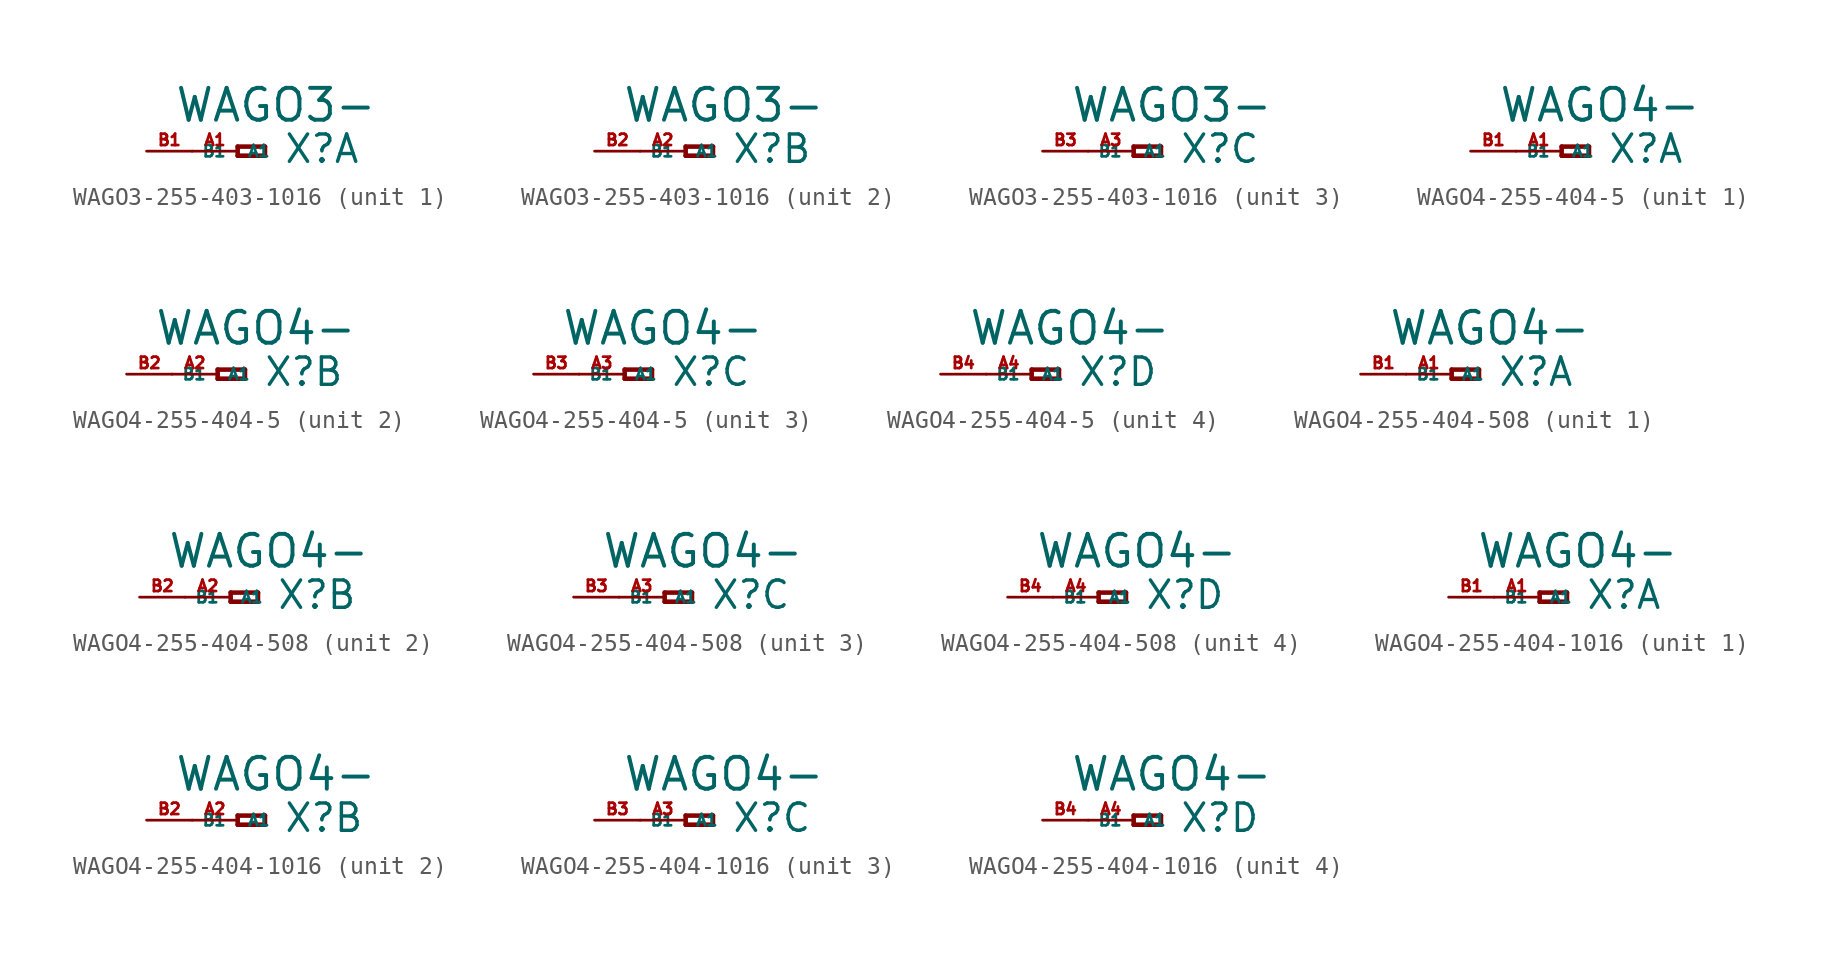
<source format=kicad_sym>
(kicad_symbol_lib
  (version 20220914)
  (generator Eagle2Kicad)
  (symbol "WAGO3-255-403-1016"
    (property "Reference" "X"
      (at 2.54 -0.762 0)
      (effects (font (size 1.524 1.524) (thickness 0.19)) (justify left bottom)))
    (property "Value" "WAGO3-"
      (at -3.556 1.524 0)
      (effects (font (size 1.778 1.778) (thickness 0.22)) (justify left bottom)))
    (symbol "WAGO3-255-403-1016_1_0"
      (polyline (pts (xy 0 0.254) (xy 0 -0.254)) (stroke (width 0.254) (type default)) (fill (type none)))
      (polyline (pts (xy 0 -0.254) (xy 1.524 -0.254)) (stroke (width 0.254) (type default)) (fill (type none)))
      (polyline (pts (xy 1.524 -0.254) (xy 1.524 0.254)) (stroke (width 0.254) (type default)) (fill (type none)))
      (polyline (pts (xy 1.524 0.254) (xy 0 0.254)) (stroke (width 0.254) (type default)) (fill (type none)))
      (pin passive line (at -2.54 0 0) (length 2.54) (name "A1" (effects (font (size 0.635 0.635) (thickness 0.08)) (justify left bottom))) (number "A1" (effects (font (size 0.635 0.635) (thickness 0.08)) (justify left bottom))))
      (pin passive line (at -5.08 0 0) (length 2.54) (name "B1" (effects (font (size 0.635 0.635) (thickness 0.08)) (justify left bottom))) (number "B1" (effects (font (size 0.635 0.635) (thickness 0.08)) (justify left bottom)))))
    (symbol "WAGO3-255-403-1016_2_0"
      (polyline (pts (xy 0 0.254) (xy 0 -0.254)) (stroke (width 0.254) (type default)) (fill (type none)))
      (polyline (pts (xy 0 -0.254) (xy 1.524 -0.254)) (stroke (width 0.254) (type default)) (fill (type none)))
      (polyline (pts (xy 1.524 -0.254) (xy 1.524 0.254)) (stroke (width 0.254) (type default)) (fill (type none)))
      (polyline (pts (xy 1.524 0.254) (xy 0 0.254)) (stroke (width 0.254) (type default)) (fill (type none)))
      (pin passive line (at -2.54 0 0) (length 2.54) (name "A1" (effects (font (size 0.635 0.635) (thickness 0.08)) (justify left bottom))) (number "A2" (effects (font (size 0.635 0.635) (thickness 0.08)) (justify left bottom))))
      (pin passive line (at -5.08 0 0) (length 2.54) (name "B1" (effects (font (size 0.635 0.635) (thickness 0.08)) (justify left bottom))) (number "B2" (effects (font (size 0.635 0.635) (thickness 0.08)) (justify left bottom)))))
    (symbol "WAGO3-255-403-1016_3_0"
      (polyline (pts (xy 0 0.254) (xy 0 -0.254)) (stroke (width 0.254) (type default)) (fill (type none)))
      (polyline (pts (xy 0 -0.254) (xy 1.524 -0.254)) (stroke (width 0.254) (type default)) (fill (type none)))
      (polyline (pts (xy 1.524 -0.254) (xy 1.524 0.254)) (stroke (width 0.254) (type default)) (fill (type none)))
      (polyline (pts (xy 1.524 0.254) (xy 0 0.254)) (stroke (width 0.254) (type default)) (fill (type none)))
      (pin passive line (at -2.54 0 0) (length 2.54) (name "A1" (effects (font (size 0.635 0.635) (thickness 0.08)) (justify left bottom))) (number "A3" (effects (font (size 0.635 0.635) (thickness 0.08)) (justify left bottom))))
      (pin passive line (at -5.08 0 0) (length 2.54) (name "B1" (effects (font (size 0.635 0.635) (thickness 0.08)) (justify left bottom))) (number "B3" (effects (font (size 0.635 0.635) (thickness 0.08)) (justify left bottom))))))
  (symbol "WAGO4-255-404-5"
    (property "Reference" "X"
      (at 2.54 -0.762 0)
      (effects (font (size 1.524 1.524) (thickness 0.19)) (justify left bottom)))
    (property "Value" "WAGO4-"
      (at -3.556 1.524 0)
      (effects (font (size 1.778 1.778) (thickness 0.22)) (justify left bottom)))
    (symbol "WAGO4-255-404-5_1_0"
      (polyline (pts (xy 0 0.254) (xy 0 -0.254)) (stroke (width 0.254) (type default)) (fill (type none)))
      (polyline (pts (xy 0 -0.254) (xy 1.524 -0.254)) (stroke (width 0.254) (type default)) (fill (type none)))
      (polyline (pts (xy 1.524 -0.254) (xy 1.524 0.254)) (stroke (width 0.254) (type default)) (fill (type none)))
      (polyline (pts (xy 1.524 0.254) (xy 0 0.254)) (stroke (width 0.254) (type default)) (fill (type none)))
      (pin passive line (at -2.54 0 0) (length 2.54) (name "A1" (effects (font (size 0.635 0.635) (thickness 0.08)) (justify left bottom))) (number "A1" (effects (font (size 0.635 0.635) (thickness 0.08)) (justify left bottom))))
      (pin passive line (at -5.08 0 0) (length 2.54) (name "B1" (effects (font (size 0.635 0.635) (thickness 0.08)) (justify left bottom))) (number "B1" (effects (font (size 0.635 0.635) (thickness 0.08)) (justify left bottom)))))
    (symbol "WAGO4-255-404-5_2_0"
      (polyline (pts (xy 0 0.254) (xy 0 -0.254)) (stroke (width 0.254) (type default)) (fill (type none)))
      (polyline (pts (xy 0 -0.254) (xy 1.524 -0.254)) (stroke (width 0.254) (type default)) (fill (type none)))
      (polyline (pts (xy 1.524 -0.254) (xy 1.524 0.254)) (stroke (width 0.254) (type default)) (fill (type none)))
      (polyline (pts (xy 1.524 0.254) (xy 0 0.254)) (stroke (width 0.254) (type default)) (fill (type none)))
      (pin passive line (at -2.54 0 0) (length 2.54) (name "A1" (effects (font (size 0.635 0.635) (thickness 0.08)) (justify left bottom))) (number "A2" (effects (font (size 0.635 0.635) (thickness 0.08)) (justify left bottom))))
      (pin passive line (at -5.08 0 0) (length 2.54) (name "B1" (effects (font (size 0.635 0.635) (thickness 0.08)) (justify left bottom))) (number "B2" (effects (font (size 0.635 0.635) (thickness 0.08)) (justify left bottom)))))
    (symbol "WAGO4-255-404-5_3_0"
      (polyline (pts (xy 0 0.254) (xy 0 -0.254)) (stroke (width 0.254) (type default)) (fill (type none)))
      (polyline (pts (xy 0 -0.254) (xy 1.524 -0.254)) (stroke (width 0.254) (type default)) (fill (type none)))
      (polyline (pts (xy 1.524 -0.254) (xy 1.524 0.254)) (stroke (width 0.254) (type default)) (fill (type none)))
      (polyline (pts (xy 1.524 0.254) (xy 0 0.254)) (stroke (width 0.254) (type default)) (fill (type none)))
      (pin passive line (at -2.54 0 0) (length 2.54) (name "A1" (effects (font (size 0.635 0.635) (thickness 0.08)) (justify left bottom))) (number "A3" (effects (font (size 0.635 0.635) (thickness 0.08)) (justify left bottom))))
      (pin passive line (at -5.08 0 0) (length 2.54) (name "B1" (effects (font (size 0.635 0.635) (thickness 0.08)) (justify left bottom))) (number "B3" (effects (font (size 0.635 0.635) (thickness 0.08)) (justify left bottom)))))
    (symbol "WAGO4-255-404-5_4_0"
      (polyline (pts (xy 0 0.254) (xy 0 -0.254)) (stroke (width 0.254) (type default)) (fill (type none)))
      (polyline (pts (xy 0 -0.254) (xy 1.524 -0.254)) (stroke (width 0.254) (type default)) (fill (type none)))
      (polyline (pts (xy 1.524 -0.254) (xy 1.524 0.254)) (stroke (width 0.254) (type default)) (fill (type none)))
      (polyline (pts (xy 1.524 0.254) (xy 0 0.254)) (stroke (width 0.254) (type default)) (fill (type none)))
      (pin passive line (at -2.54 0 0) (length 2.54) (name "A1" (effects (font (size 0.635 0.635) (thickness 0.08)) (justify left bottom))) (number "A4" (effects (font (size 0.635 0.635) (thickness 0.08)) (justify left bottom))))
      (pin passive line (at -5.08 0 0) (length 2.54) (name "B1" (effects (font (size 0.635 0.635) (thickness 0.08)) (justify left bottom))) (number "B4" (effects (font (size 0.635 0.635) (thickness 0.08)) (justify left bottom))))))
  (symbol "WAGO4-255-404-508"
    (property "Reference" "X"
      (at 2.54 -0.762 0)
      (effects (font (size 1.524 1.524) (thickness 0.19)) (justify left bottom)))
    (property "Value" "WAGO4-"
      (at -3.556 1.524 0)
      (effects (font (size 1.778 1.778) (thickness 0.22)) (justify left bottom)))
    (symbol "WAGO4-255-404-508_1_0"
      (polyline (pts (xy 0 0.254) (xy 0 -0.254)) (stroke (width 0.254) (type default)) (fill (type none)))
      (polyline (pts (xy 0 -0.254) (xy 1.524 -0.254)) (stroke (width 0.254) (type default)) (fill (type none)))
      (polyline (pts (xy 1.524 -0.254) (xy 1.524 0.254)) (stroke (width 0.254) (type default)) (fill (type none)))
      (polyline (pts (xy 1.524 0.254) (xy 0 0.254)) (stroke (width 0.254) (type default)) (fill (type none)))
      (pin passive line (at -2.54 0 0) (length 2.54) (name "A1" (effects (font (size 0.635 0.635) (thickness 0.08)) (justify left bottom))) (number "A1" (effects (font (size 0.635 0.635) (thickness 0.08)) (justify left bottom))))
      (pin passive line (at -5.08 0 0) (length 2.54) (name "B1" (effects (font (size 0.635 0.635) (thickness 0.08)) (justify left bottom))) (number "B1" (effects (font (size 0.635 0.635) (thickness 0.08)) (justify left bottom)))))
    (symbol "WAGO4-255-404-508_2_0"
      (polyline (pts (xy 0 0.254) (xy 0 -0.254)) (stroke (width 0.254) (type default)) (fill (type none)))
      (polyline (pts (xy 0 -0.254) (xy 1.524 -0.254)) (stroke (width 0.254) (type default)) (fill (type none)))
      (polyline (pts (xy 1.524 -0.254) (xy 1.524 0.254)) (stroke (width 0.254) (type default)) (fill (type none)))
      (polyline (pts (xy 1.524 0.254) (xy 0 0.254)) (stroke (width 0.254) (type default)) (fill (type none)))
      (pin passive line (at -2.54 0 0) (length 2.54) (name "A1" (effects (font (size 0.635 0.635) (thickness 0.08)) (justify left bottom))) (number "A2" (effects (font (size 0.635 0.635) (thickness 0.08)) (justify left bottom))))
      (pin passive line (at -5.08 0 0) (length 2.54) (name "B1" (effects (font (size 0.635 0.635) (thickness 0.08)) (justify left bottom))) (number "B2" (effects (font (size 0.635 0.635) (thickness 0.08)) (justify left bottom)))))
    (symbol "WAGO4-255-404-508_3_0"
      (polyline (pts (xy 0 0.254) (xy 0 -0.254)) (stroke (width 0.254) (type default)) (fill (type none)))
      (polyline (pts (xy 0 -0.254) (xy 1.524 -0.254)) (stroke (width 0.254) (type default)) (fill (type none)))
      (polyline (pts (xy 1.524 -0.254) (xy 1.524 0.254)) (stroke (width 0.254) (type default)) (fill (type none)))
      (polyline (pts (xy 1.524 0.254) (xy 0 0.254)) (stroke (width 0.254) (type default)) (fill (type none)))
      (pin passive line (at -2.54 0 0) (length 2.54) (name "A1" (effects (font (size 0.635 0.635) (thickness 0.08)) (justify left bottom))) (number "A3" (effects (font (size 0.635 0.635) (thickness 0.08)) (justify left bottom))))
      (pin passive line (at -5.08 0 0) (length 2.54) (name "B1" (effects (font (size 0.635 0.635) (thickness 0.08)) (justify left bottom))) (number "B3" (effects (font (size 0.635 0.635) (thickness 0.08)) (justify left bottom)))))
    (symbol "WAGO4-255-404-508_4_0"
      (polyline (pts (xy 0 0.254) (xy 0 -0.254)) (stroke (width 0.254) (type default)) (fill (type none)))
      (polyline (pts (xy 0 -0.254) (xy 1.524 -0.254)) (stroke (width 0.254) (type default)) (fill (type none)))
      (polyline (pts (xy 1.524 -0.254) (xy 1.524 0.254)) (stroke (width 0.254) (type default)) (fill (type none)))
      (polyline (pts (xy 1.524 0.254) (xy 0 0.254)) (stroke (width 0.254) (type default)) (fill (type none)))
      (pin passive line (at -2.54 0 0) (length 2.54) (name "A1" (effects (font (size 0.635 0.635) (thickness 0.08)) (justify left bottom))) (number "A4" (effects (font (size 0.635 0.635) (thickness 0.08)) (justify left bottom))))
      (pin passive line (at -5.08 0 0) (length 2.54) (name "B1" (effects (font (size 0.635 0.635) (thickness 0.08)) (justify left bottom))) (number "B4" (effects (font (size 0.635 0.635) (thickness 0.08)) (justify left bottom))))))
  (symbol "WAGO4-255-404-1016"
    (property "Reference" "X"
      (at 2.54 -0.762 0)
      (effects (font (size 1.524 1.524) (thickness 0.19)) (justify left bottom)))
    (property "Value" "WAGO4-"
      (at -3.556 1.524 0)
      (effects (font (size 1.778 1.778) (thickness 0.22)) (justify left bottom)))
    (symbol "WAGO4-255-404-1016_1_0"
      (polyline (pts (xy 0 0.254) (xy 0 -0.254)) (stroke (width 0.254) (type default)) (fill (type none)))
      (polyline (pts (xy 0 -0.254) (xy 1.524 -0.254)) (stroke (width 0.254) (type default)) (fill (type none)))
      (polyline (pts (xy 1.524 -0.254) (xy 1.524 0.254)) (stroke (width 0.254) (type default)) (fill (type none)))
      (polyline (pts (xy 1.524 0.254) (xy 0 0.254)) (stroke (width 0.254) (type default)) (fill (type none)))
      (pin passive line (at -2.54 0 0) (length 2.54) (name "A1" (effects (font (size 0.635 0.635) (thickness 0.08)) (justify left bottom))) (number "A1" (effects (font (size 0.635 0.635) (thickness 0.08)) (justify left bottom))))
      (pin passive line (at -5.08 0 0) (length 2.54) (name "B1" (effects (font (size 0.635 0.635) (thickness 0.08)) (justify left bottom))) (number "B1" (effects (font (size 0.635 0.635) (thickness 0.08)) (justify left bottom)))))
    (symbol "WAGO4-255-404-1016_2_0"
      (polyline (pts (xy 0 0.254) (xy 0 -0.254)) (stroke (width 0.254) (type default)) (fill (type none)))
      (polyline (pts (xy 0 -0.254) (xy 1.524 -0.254)) (stroke (width 0.254) (type default)) (fill (type none)))
      (polyline (pts (xy 1.524 -0.254) (xy 1.524 0.254)) (stroke (width 0.254) (type default)) (fill (type none)))
      (polyline (pts (xy 1.524 0.254) (xy 0 0.254)) (stroke (width 0.254) (type default)) (fill (type none)))
      (pin passive line (at -2.54 0 0) (length 2.54) (name "A1" (effects (font (size 0.635 0.635) (thickness 0.08)) (justify left bottom))) (number "A2" (effects (font (size 0.635 0.635) (thickness 0.08)) (justify left bottom))))
      (pin passive line (at -5.08 0 0) (length 2.54) (name "B1" (effects (font (size 0.635 0.635) (thickness 0.08)) (justify left bottom))) (number "B2" (effects (font (size 0.635 0.635) (thickness 0.08)) (justify left bottom)))))
    (symbol "WAGO4-255-404-1016_3_0"
      (polyline (pts (xy 0 0.254) (xy 0 -0.254)) (stroke (width 0.254) (type default)) (fill (type none)))
      (polyline (pts (xy 0 -0.254) (xy 1.524 -0.254)) (stroke (width 0.254) (type default)) (fill (type none)))
      (polyline (pts (xy 1.524 -0.254) (xy 1.524 0.254)) (stroke (width 0.254) (type default)) (fill (type none)))
      (polyline (pts (xy 1.524 0.254) (xy 0 0.254)) (stroke (width 0.254) (type default)) (fill (type none)))
      (pin passive line (at -2.54 0 0) (length 2.54) (name "A1" (effects (font (size 0.635 0.635) (thickness 0.08)) (justify left bottom))) (number "A3" (effects (font (size 0.635 0.635) (thickness 0.08)) (justify left bottom))))
      (pin passive line (at -5.08 0 0) (length 2.54) (name "B1" (effects (font (size 0.635 0.635) (thickness 0.08)) (justify left bottom))) (number "B3" (effects (font (size 0.635 0.635) (thickness 0.08)) (justify left bottom)))))
    (symbol "WAGO4-255-404-1016_4_0"
      (polyline (pts (xy 0 0.254) (xy 0 -0.254)) (stroke (width 0.254) (type default)) (fill (type none)))
      (polyline (pts (xy 0 -0.254) (xy 1.524 -0.254)) (stroke (width 0.254) (type default)) (fill (type none)))
      (polyline (pts (xy 1.524 -0.254) (xy 1.524 0.254)) (stroke (width 0.254) (type default)) (fill (type none)))
      (polyline (pts (xy 1.524 0.254) (xy 0 0.254)) (stroke (width 0.254) (type default)) (fill (type none)))
      (pin passive line (at -2.54 0 0) (length 2.54) (name "A1" (effects (font (size 0.635 0.635) (thickness 0.08)) (justify left bottom))) (number "A4" (effects (font (size 0.635 0.635) (thickness 0.08)) (justify left bottom))))
      (pin passive line (at -5.08 0 0) (length 2.54) (name "B1" (effects (font (size 0.635 0.635) (thickness 0.08)) (justify left bottom))) (number "B4" (effects (font (size 0.635 0.635) (thickness 0.08)) (justify left bottom)))))))
</source>
